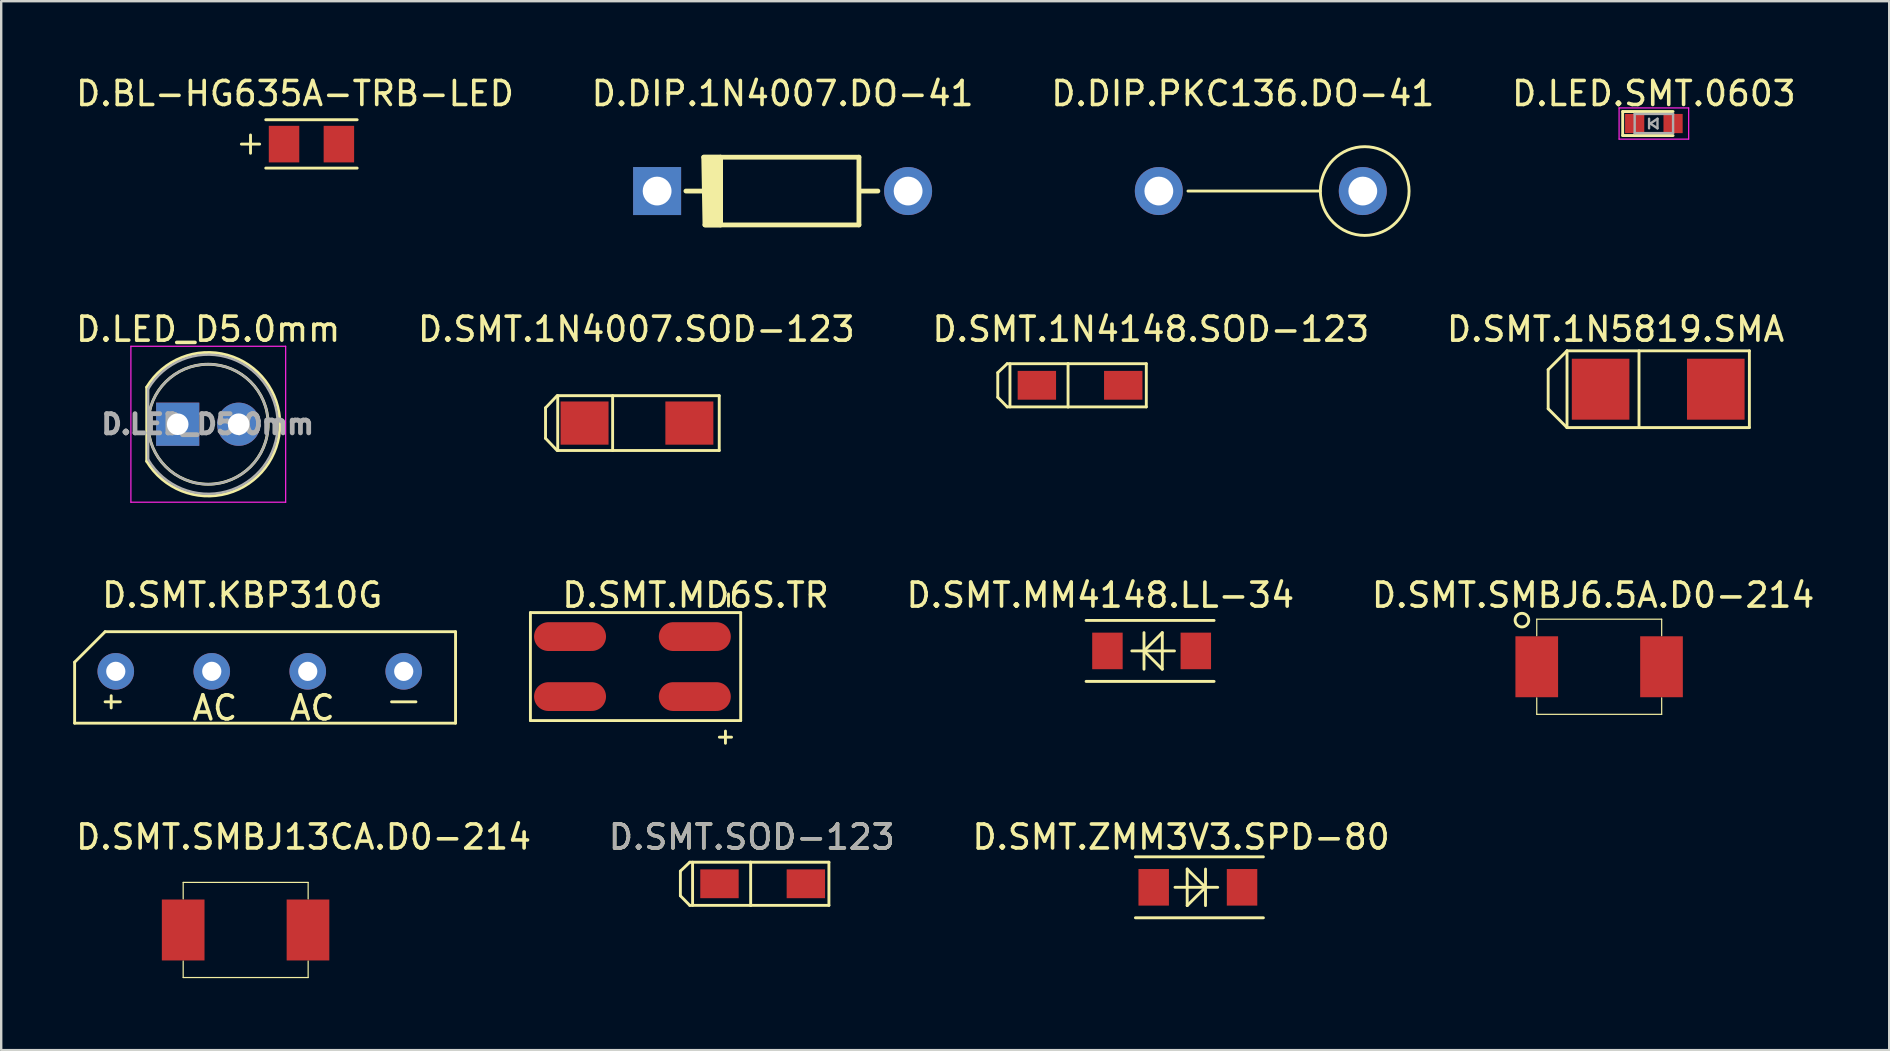
<source format=kicad_pcb>
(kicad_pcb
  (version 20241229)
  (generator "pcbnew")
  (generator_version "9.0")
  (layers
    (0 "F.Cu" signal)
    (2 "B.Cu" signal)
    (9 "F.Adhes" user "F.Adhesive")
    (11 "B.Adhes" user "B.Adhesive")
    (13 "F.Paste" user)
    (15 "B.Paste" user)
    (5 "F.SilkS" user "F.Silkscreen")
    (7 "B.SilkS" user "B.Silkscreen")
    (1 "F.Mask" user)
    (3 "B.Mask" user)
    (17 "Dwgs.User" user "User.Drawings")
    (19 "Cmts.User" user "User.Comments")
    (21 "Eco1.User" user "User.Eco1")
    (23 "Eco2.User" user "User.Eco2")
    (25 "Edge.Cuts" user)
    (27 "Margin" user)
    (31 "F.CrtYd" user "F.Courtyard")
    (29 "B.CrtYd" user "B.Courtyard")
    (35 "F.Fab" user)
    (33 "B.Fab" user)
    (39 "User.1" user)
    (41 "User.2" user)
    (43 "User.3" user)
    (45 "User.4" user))
  (footprint "D.SMT.1N4148.SOD-123"
    (layer "F.Cu")
    (at 41.99 13.083)
    (property "Reference" "D.SMT.1N4148.SOD-123" (at 2.921 -2.413 0) (layer "F.SilkS") (effects (font (size 1 1) (thickness 0.15))))
    (attr through_hole)
    (fp_line (start -3.458 -0.603) (end -3.458 0.424) (stroke (width 0.12) (type solid)) (layer "F.SilkS"))
    (fp_line (start -3.458 -0.603) (end -3.066 -0.976) (stroke (width 0.12) (type solid)) (layer "F.SilkS"))
    (fp_line (start -3.458 0.424) (end -3.066 0.824) (stroke (width 0.12) (type solid)) (layer "F.SilkS"))
    (fp_line (start -2.95 -0.976) (end -2.95 0.824) (stroke (width 0.12) (type solid)) (layer "F.SilkS"))
    (fp_line (start -0.529 -0.976) (end -3.066 -0.976) (stroke (width 0.12) (type solid)) (layer "F.SilkS"))
    (fp_line (start -0.529 -0.976) (end -0.529 0.824) (stroke (width 0.12) (type solid)) (layer "F.SilkS"))
    (fp_line (start -0.529 -0.976) (end 2.732 -0.976) (stroke (width 0.12) (type solid)) (layer "F.SilkS"))
    (fp_line (start -0.529 0.824) (end -3.066 0.824) (stroke (width 0.12) (type solid)) (layer "F.SilkS"))
    (fp_line (start -0.529 0.824) (end 2.732 0.824) (stroke (width 0.12) (type solid)) (layer "F.SilkS"))
    (fp_line (start 2.732 -0.976) (end 2.732 0.824) (stroke (width 0.12) (type solid)) (layer "F.SilkS"))
    (pad "1" smd rect (at -1.829 -0.076) (size 1.6 1.2) (layers "F.Cu" "F.Mask" "F.Paste"))
    (pad "2" smd rect (at 1.771 -0.076) (size 1.6 1.2) (layers "F.Cu" "F.Mask" "F.Paste")))
  (footprint "D.LED.SMT.0603"
    (layer "F.Cu")
    (at 65.875 2.098)
    (property "Reference" "D.LED.SMT.0603" (at 0 -1.25 0) (layer "F.SilkS") (effects (font (size 1 1) (thickness 0.15))))
    (attr smd)
    (fp_line (start -1.3 -0.5) (end -1.3 0.5) (stroke (width 0.12) (type solid)) (layer "F.SilkS"))
    (fp_line (start -1.3 -0.5) (end 0.8 -0.5) (stroke (width 0.12) (type solid)) (layer "F.SilkS"))
    (fp_line (start -1.3 0.5) (end 0.8 0.5) (stroke (width 0.12) (type solid)) (layer "F.SilkS"))
    (fp_line (start -1.45 -0.65) (end 1.45 -0.65) (stroke (width 0.05) (type solid)) (layer "F.CrtYd"))
    (fp_line (start -1.45 0.65) (end -1.45 -0.65) (stroke (width 0.05) (type solid)) (layer "F.CrtYd"))
    (fp_line (start 1.45 -0.65) (end 1.45 0.65) (stroke (width 0.05) (type solid)) (layer "F.CrtYd"))
    (fp_line (start 1.45 0.65) (end -1.45 0.65) (stroke (width 0.05) (type solid)) (layer "F.CrtYd"))
    (fp_line (start -0.8 -0.4) (end 0.8 -0.4) (stroke (width 0.1) (type solid)) (layer "F.Fab"))
    (fp_line (start -0.8 0.4) (end -0.8 -0.4) (stroke (width 0.1) (type solid)) (layer "F.Fab"))
    (fp_line (start -0.2 -0.2) (end -0.2 0.2) (stroke (width 0.1) (type solid)) (layer "F.Fab"))
    (fp_line (start -0.15 0) (end 0.15 -0.2) (stroke (width 0.1) (type solid)) (layer "F.Fab"))
    (fp_line (start 0.15 -0.2) (end 0.15 0.2) (stroke (width 0.1) (type solid)) (layer "F.Fab"))
    (fp_line (start 0.15 0.2) (end -0.15 0) (stroke (width 0.1) (type solid)) (layer "F.Fab"))
    (fp_line (start 0.8 -0.4) (end 0.8 0.4) (stroke (width 0.1) (type solid)) (layer "F.Fab"))
    (fp_line (start 0.8 0.4) (end -0.8 0.4) (stroke (width 0.1) (type solid)) (layer "F.Fab"))
    (pad "1" smd rect (at -0.8 0 180) (size 0.8 0.8) (layers "F.Cu" "F.Mask" "F.Paste"))
    (pad "2" smd rect (at 0.8 0 180) (size 0.8 0.8) (layers "F.Cu" "F.Mask" "F.Paste")))
  (footprint "D.SMT.MM4148.LL-34"
    (layer "F.Cu")
    (at 45.032 24.153)
    (property "Reference" "D.SMT.MM4148.LL-34" (at -2.225 -2.4 0) (layer "F.SilkS") (effects (font (size 1 1) (thickness 0.15))))
    (attr through_hole)
    (fp_line (start -2.819 -1.346) (end 2.515 -1.346) (stroke (width 0.12) (type solid)) (layer "F.SilkS"))
    (fp_line (start -2.819 1.194) (end 2.515 1.194) (stroke (width 0.12) (type solid)) (layer "F.SilkS"))
    (fp_line (start -0.914 -0.076) (end 0.864 -0.076) (stroke (width 0.12) (type solid)) (layer "F.SilkS"))
    (fp_line (start -0.406 -0.838) (end -0.406 0.686) (stroke (width 0.12) (type solid)) (layer "F.SilkS"))
    (fp_line (start 0.356 -0.838) (end -0.406 -0.076) (stroke (width 0.12) (type solid)) (layer "F.SilkS"))
    (fp_line (start 0.356 -0.838) (end 0.356 0.686) (stroke (width 0.12) (type solid)) (layer "F.SilkS"))
    (fp_line (start 0.356 0.686) (end -0.406 -0.076) (stroke (width 0.12) (type solid)) (layer "F.SilkS"))
    (pad "1" smd rect (at -1.93 -0.076) (size 1.27 1.524) (layers "F.Cu" "F.Mask" "F.Paste"))
    (pad "2" smd rect (at 1.753 -0.076) (size 1.27 1.524) (layers "F.Cu" "F.Mask" "F.Paste")))
  (footprint "D.SMT.MD6S.TR"
    (layer "F.Cu")
    (at 23.271 24.674)
    (property "Reference" "D.SMT.MD6S.TR" (at 2.667 -2.921 0) (layer "F.SilkS") (effects (font (size 1 1) (thickness 0.15))))
    (attr through_hole)
    (fp_line (start -4.216 -2.194) (end 4.547 -2.194) (stroke (width 0.12) (type solid)) (layer "F.SilkS"))
    (fp_line (start -4.216 2.306) (end -4.216 -2.194) (stroke (width 0.12) (type solid)) (layer "F.SilkS"))
    (fp_line (start -4.216 2.306) (end 4.547 2.306) (stroke (width 0.12) (type solid)) (layer "F.SilkS"))
    (fp_line (start 3.658 2.997) (end 4.166 2.997) (stroke (width 0.12) (type solid)) (layer "F.SilkS"))
    (fp_line (start 3.912 2.743) (end 3.912 3.251) (stroke (width 0.12) (type solid)) (layer "F.SilkS"))
    (fp_line (start 4.039 -2.972) (end 4.039 -2.464) (stroke (width 0.12) (type solid)) (layer "F.SilkS"))
    (fp_line (start 4.547 2.306) (end 4.547 -2.194) (stroke (width 0.12) (type solid)) (layer "F.SilkS"))
    (pad "1" smd oval (at -2.565 -1.194) (size 3 1.2) (layers "F.Cu" "F.Mask" "F.Paste"))
    (pad "2" smd oval (at -2.565 1.306) (size 3 1.2) (layers "F.Cu" "F.Mask" "F.Paste"))
    (pad "3" smd oval (at 2.635 1.306) (size 3 1.2) (layers "F.Cu" "F.Mask" "F.Paste"))
    (pad "4" smd oval (at 2.635 -1.194) (size 3 1.2) (layers "F.Cu" "F.Mask" "F.Paste")))
  (footprint "D.SMT.SMBJ6.5A.D0-214"
    (layer "F.Cu")
    (at 63.343 24.801)
    (property "Reference" "D.SMT.SMBJ6.5A.D0-214" (at 0 -3.048 0) (layer "F.SilkS") (effects (font (size 1 1) (thickness 0.15))))
    (attr through_hole)
    (fp_line (start -2.349 -2.045) (end -2.349 -1.359) (stroke (width 0.05) (type solid)) (layer "F.SilkS"))
    (fp_line (start -2.349 1.232) (end -2.349 1.918) (stroke (width 0.05) (type solid)) (layer "F.SilkS"))
    (fp_line (start 2.857 -2.045) (end -2.349 -2.045) (stroke (width 0.05) (type solid)) (layer "F.SilkS"))
    (fp_line (start 2.857 -2.045) (end 2.857 -1.359) (stroke (width 0.05) (type solid)) (layer "F.SilkS"))
    (fp_line (start 2.857 1.232) (end 2.857 1.918) (stroke (width 0.05) (type solid)) (layer "F.SilkS"))
    (fp_line (start 2.857 1.918) (end -2.349 1.918) (stroke (width 0.05) (type solid)) (layer "F.SilkS"))
    (fp_circle (center -2.967 -2.007) (end -2.683 -2.007) (stroke (width 0.12) (type solid)) (fill no) (layer "F.SilkS"))
    (pad "1" smd rect (at -2.349 -0.064) (size 1.778 2.54) (layers "F.Cu" "F.Mask" "B.Adhes" "F.Paste"))
    (pad "2" smd rect (at 2.85 -0.064) (size 1.778 2.54) (layers "F.Cu" "F.Mask" "F.Paste")))
  (footprint "D.BL-HG635A-TRB-LED"
    (layer "F.Cu")
    (at 9.981 3.007)
    (property "Reference" "D.BL-HG635A-TRB-LED" (at -0.737 -2.159 0) (layer "F.SilkS") (effects (font (size 1 1) (thickness 0.15))))
    (attr through_hole)
    (fp_line (start -2.591 0.33) (end -2.591 -0.432) (stroke (width 0.12) (type solid)) (layer "F.SilkS"))
    (fp_line (start -2.21 -0.051) (end -2.972 -0.051) (stroke (width 0.12) (type solid)) (layer "F.SilkS"))
    (fp_line (start 1.854 -1.067) (end -1.956 -1.067) (stroke (width 0.12) (type solid)) (layer "F.SilkS"))
    (fp_line (start 1.854 0.949) (end -1.956 0.949) (stroke (width 0.12) (type solid)) (layer "F.SilkS"))
    (pad "1" smd rect (at 1.092 -0.051 180) (size 1.27 1.524) (layers "F.Cu" "F.Mask" "F.Paste"))
    (pad "2" smd rect (at -1.194 -0.051 180) (size 1.27 1.524) (layers "F.Cu" "F.Mask" "F.Paste")))
  (footprint "D.SMT.SMBJ13CA.D0-214"
    (layer "F.Cu")
    (at 7.061 35.643)
    (property "Reference" "D.SMT.SMBJ13CA.D0-214" (at 2.54 -3.81 0) (layer "F.SilkS") (effects (font (size 1 1) (thickness 0.15))))
    (attr through_hole)
    (fp_line (start -2.477 -1.918) (end -2.477 -1.232) (stroke (width 0.05) (type solid)) (layer "F.SilkS"))
    (fp_line (start -2.477 1.359) (end -2.477 2.045) (stroke (width 0.05) (type solid)) (layer "F.SilkS"))
    (fp_line (start 2.731 -1.918) (end -2.477 -1.918) (stroke (width 0.05) (type solid)) (layer "F.SilkS"))
    (fp_line (start 2.731 -1.918) (end 2.731 -1.232) (stroke (width 0.05) (type solid)) (layer "F.SilkS"))
    (fp_line (start 2.731 1.359) (end 2.731 2.045) (stroke (width 0.05) (type solid)) (layer "F.SilkS"))
    (fp_line (start 2.731 2.045) (end -2.477 2.045) (stroke (width 0.05) (type solid)) (layer "F.SilkS"))
    (pad "1" smd rect (at -2.477 0.064) (size 1.778 2.54) (layers "F.Cu" "F.Mask" "F.Paste"))
    (pad "2" smd rect (at 2.724 0.064) (size 1.778 2.54) (layers "F.Cu" "F.Mask" "F.Paste")))
  (footprint "D.SMT.SOD-123"
    (layer "F.Cu")
    (at 28.28 33.833)
    (property "Reference" "D.SMT.SOD-123" (at 0 -2 0) (layer "F.SilkS") (effects (font (size 1 1) (thickness 0.15))))
    (attr smd)
    (fp_line (start -2.975 -0.578) (end -2.975 0.449) (stroke (width 0.12) (type solid)) (layer "F.SilkS"))
    (fp_line (start -2.975 -0.578) (end -2.583 -0.951) (stroke (width 0.12) (type solid)) (layer "F.SilkS"))
    (fp_line (start -2.975 0.449) (end -2.583 0.849) (stroke (width 0.12) (type solid)) (layer "F.SilkS"))
    (fp_line (start -2.467 -0.951) (end -2.467 0.849) (stroke (width 0.12) (type solid)) (layer "F.SilkS"))
    (fp_line (start -0.046 -0.951) (end -2.583 -0.951) (stroke (width 0.12) (type solid)) (layer "F.SilkS"))
    (fp_line (start -0.046 -0.951) (end -0.046 0.849) (stroke (width 0.12) (type solid)) (layer "F.SilkS"))
    (fp_line (start -0.046 -0.951) (end 3.215 -0.951) (stroke (width 0.12) (type solid)) (layer "F.SilkS"))
    (fp_line (start -0.046 0.849) (end -2.583 0.849) (stroke (width 0.12) (type solid)) (layer "F.SilkS"))
    (fp_line (start -0.046 0.849) (end 3.215 0.849) (stroke (width 0.12) (type solid)) (layer "F.SilkS"))
    (fp_line (start 3.215 -0.951) (end 3.215 0.849) (stroke (width 0.12) (type solid)) (layer "F.SilkS"))
    (fp_text user "${REFERENCE}" (at 0 -2 0) (layer "F.Fab") (effects (font (size 1 1) (thickness 0.15))))
    (pad "1" smd rect (at -1.346 -0.051) (size 1.6 1.2) (layers "F.Cu" "F.Mask" "F.Paste"))
    (pad "2" smd rect (at 2.254 -0.051) (size 1.6 1.2) (layers "F.Cu" "F.Mask" "F.Paste")))
  (footprint "D.DIP.1N4007.DO-41"
    (layer "F.Cu")
    (at 29.565 4.912)
    (property "Reference" "D.DIP.1N4007.DO-41" (at 0 -4.064 0) (layer "F.SilkS") (effects (font (size 1 1) (thickness 0.15))))
    (attr through_hole)
    (fp_line (start -4.03 0) (end -2.586 0) (stroke (width 0.2) (type solid)) (layer "F.SilkS"))
    (fp_line (start -3.287 -1.411) (end 3.181 -1.411) (stroke (width 0.2) (type solid)) (layer "F.SilkS"))
    (fp_line (start -3.236 1.411) (end 3.181 1.411) (stroke (width 0.2) (type solid)) (layer "F.SilkS"))
    (fp_line (start -2.586 -1.411) (end -2.586 1.411) (stroke (width 0.2) (type solid)) (layer "F.SilkS"))
    (fp_line (start 3.181 -1.411) (end 3.181 1.411) (stroke (width 0.2) (type solid)) (layer "F.SilkS"))
    (fp_line (start 3.198 0) (end 3.97 0) (stroke (width 0.2) (type solid)) (layer "F.SilkS"))
    (fp_poly (pts (xy -3.287 -1.411) (xy -2.586 -1.411) (xy -2.586 1.411) (xy -3.236 1.411)) (stroke (width 0.2) (type solid)) (fill yes) (layer "F.SilkS"))
    (pad "1" thru_hole rect (at -5.23 0) (size 2 2) (drill 1.2) (layers "*.Cu" "F.Mask"))
    (pad "2" thru_hole circle (at 5.23 0) (size 2 2) (drill 1.2) (layers "*.Cu" "F.Mask")))
  (footprint "D.SMT.1N5819.SMA"
    (layer "F.Cu")
    (at 66.055 13.17)
    (property "Reference" "D.SMT.1N5819.SMA" (at -1.775 -2.5 0) (layer "F.SilkS") (effects (font (size 1 1) (thickness 0.15))))
    (attr through_hole)
    (fp_line (start -4.585 0.815) (end -4.585 -0.815) (stroke (width 0.12) (type solid)) (layer "F.SilkS"))
    (fp_line (start -4.585 0.815) (end -3.8 1.6) (stroke (width 0.12) (type solid)) (layer "F.SilkS"))
    (fp_line (start -3.8 -1.6) (end -4.585 -0.815) (stroke (width 0.12) (type solid)) (layer "F.SilkS"))
    (fp_line (start -3.8 -1.6) (end 3.8 -1.6) (stroke (width 0.12) (type solid)) (layer "F.SilkS"))
    (fp_line (start -3.8 1.6) (end -3.8 -1.6) (stroke (width 0.12) (type solid)) (layer "F.SilkS"))
    (fp_line (start -3.8 1.6) (end 3.8 1.6) (stroke (width 0.12) (type solid)) (layer "F.SilkS"))
    (fp_line (start -0.8 1.6) (end -0.8 -1.6) (stroke (width 0.12) (type solid)) (layer "F.SilkS"))
    (fp_line (start 3.8 -1.6) (end 3.8 1.6) (stroke (width 0.12) (type solid)) (layer "F.SilkS"))
    (pad "1" smd rect (at -2.4 0) (size 2.4 2.54) (layers "F.Cu" "F.Mask" "F.Paste"))
    (pad "2" smd rect (at 2.4 0) (size 2.4 2.54) (layers "F.Cu" "F.Mask" "F.Paste")))
  (footprint "D.DIP.PKC136.DO-41"
    (layer "F.Cu")
    (at 48.744 4.912)
    (property "Reference" "D.DIP.PKC136.DO-41" (at 0 -4.064 0) (layer "F.SilkS") (effects (font (size 1 1) (thickness 0.15))))
    (attr through_hole)
    (fp_line (start 3.231 0) (end -2.286 0) (stroke (width 0.12) (type solid)) (layer "F.SilkS"))
    (fp_circle (center 5.08 0) (end 5.588 1.778) (stroke (width 0.12) (type solid)) (fill no) (layer "F.SilkS"))
    (pad "1" thru_hole circle (at -3.5 0) (size 2 2) (drill 1.2) (layers "*.Cu" "F.Mask"))
    (pad "2" thru_hole circle (at 5 0) (size 2 2) (drill 1.2) (layers "*.Cu" "F.Mask")))
  (footprint "D.SMT.1N4007.SOD-123"
    (layer "F.Cu")
    (at 23.47 14.734)
    (property "Reference" "D.SMT.1N4007.SOD-123" (at 0 -4.064 0) (layer "F.SilkS") (effects (font (size 1 1) (thickness 0.15))))
    (attr through_hole)
    (fp_line (start -3.785 -0.787) (end -3.785 0.483) (stroke (width 0.12) (type solid)) (layer "F.SilkS"))
    (fp_line (start -3.785 -0.787) (end -3.302 -1.295) (stroke (width 0.12) (type solid)) (layer "F.SilkS"))
    (fp_line (start -3.785 0.483) (end -3.302 0.991) (stroke (width 0.12) (type solid)) (layer "F.SilkS"))
    (fp_line (start -3.277 -1.295) (end -3.277 0.991) (stroke (width 0.12) (type solid)) (layer "F.SilkS"))
    (fp_line (start -3.277 -1.295) (end 3.454 -1.295) (stroke (width 0.12) (type solid)) (layer "F.SilkS"))
    (fp_line (start -3.277 0.991) (end 3.454 0.991) (stroke (width 0.12) (type solid)) (layer "F.SilkS"))
    (fp_line (start -0.989 -1.295) (end -0.989 0.991) (stroke (width 0.12) (type solid)) (layer "F.SilkS"))
    (fp_line (start 3.454 -1.295) (end 3.454 0.991) (stroke (width 0.12) (type solid)) (layer "F.SilkS"))
    (pad "1" smd rect (at -2.159 -0.152) (size 2 1.8) (layers "F.Cu" "F.Mask" "F.Paste"))
    (pad "2" smd rect (at 2.209 -0.152) (size 2 1.8) (layers "F.Cu" "F.Mask" "F.Paste")))
  (footprint "D.LED_D5.0mm"
    (layer "F.Cu")
    (at 4.355 14.63)
    (property "Reference" "D.LED_D5.0mm" (at 1.27 -3.96 0) (layer "F.SilkS") (effects (font (size 1 1) (thickness 0.15))))
    (attr through_hole)
    (fp_line (start -1.29 -1.545) (end -1.29 1.545) (stroke (width 0.12) (type solid)) (layer "F.SilkS"))
    (fp_arc (start -1.29 -1.54483) (mid 2.072002 -2.880433) (end 4.26 0.000462) (stroke (width 0.12) (type solid)) (layer "F.SilkS"))
    (fp_arc (start 4.26 -0.000462) (mid 2.072002 2.880433) (end -1.29 1.54483) (stroke (width 0.12) (type solid)) (layer "F.SilkS"))
    (fp_circle (center 1.27 0) (end 3.77 0) (stroke (width 0.12) (type solid)) (fill no) (layer "F.SilkS"))
    (fp_line (start -1.95 -3.25) (end -1.95 3.25) (stroke (width 0.05) (type solid)) (layer "F.CrtYd"))
    (fp_line (start -1.95 3.25) (end 4.5 3.25) (stroke (width 0.05) (type solid)) (layer "F.CrtYd"))
    (fp_line (start 4.5 -3.25) (end -1.95 -3.25) (stroke (width 0.05) (type solid)) (layer "F.CrtYd"))
    (fp_line (start 4.5 3.25) (end 4.5 -3.25) (stroke (width 0.05) (type solid)) (layer "F.CrtYd"))
    (fp_line (start -1.23 -1.47) (end -1.23 1.47) (stroke (width 0.1) (type solid)) (layer "F.Fab"))
    (fp_arc (start -1.23 -1.469694) (mid 4.17 0.000016) (end -1.230016 1.469666) (stroke (width 0.1) (type solid)) (layer "F.Fab"))
    (fp_circle (center 1.27 0) (end 3.77 0) (stroke (width 0.1) (type solid)) (fill no) (layer "F.Fab"))
    (fp_text user "${REFERENCE}" (at 1.25 0 0) (layer "F.Fab") (effects (font (size 0.8 0.8) (thickness 0.2))))
    (pad "1" thru_hole rect (at 0 0) (size 1.8 1.8) (drill 0.9) (layers "*.Cu" "*.Mask"))
    (pad "2" thru_hole circle (at 2.54 0) (size 1.8 1.8) (drill 0.9) (layers "*.Cu" "*.Mask")))
  (footprint "D.SMT.KBP310G"
    (layer "F.Cu")
    (at 7.68 24.928)
    (property "Reference" "D.SMT.KBP310G" (at -0.635 -3.175 0) (layer "F.SilkS") (effects (font (size 1 1) (thickness 0.15))))
    (attr through_hole)
    (fp_line (start -7.62 2.159) (end -7.62 -0.381) (stroke (width 0.12) (type solid)) (layer "F.SilkS"))
    (fp_line (start -6.35 -1.651) (end -7.62 -0.381) (stroke (width 0.12) (type solid)) (layer "F.SilkS"))
    (fp_line (start -6.35 -1.651) (end 8.255 -1.651) (stroke (width 0.12) (type solid)) (layer "F.SilkS"))
    (fp_line (start -6.35 1.27) (end -5.715 1.27) (stroke (width 0.12) (type solid)) (layer "F.SilkS"))
    (fp_line (start -6.096 1.016) (end -6.096 1.524) (stroke (width 0.12) (type solid)) (layer "F.SilkS"))
    (fp_line (start 5.588 1.27) (end 6.604 1.27) (stroke (width 0.12) (type solid)) (layer "F.SilkS"))
    (fp_line (start 8.255 -1.651) (end 8.255 2.159) (stroke (width 0.12) (type solid)) (layer "F.SilkS"))
    (fp_line (start 8.255 2.159) (end -7.62 2.159) (stroke (width 0.12) (type solid)) (layer "F.SilkS"))
    (fp_text user "AC" (at 2.286 1.524 0) (layer "F.SilkS") (effects (font (size 1 1) (thickness 0.15))))
    (fp_text user "AC" (at -1.778 1.524 0) (layer "F.SilkS") (effects (font (size 1 1) (thickness 0.15))))
    (pad "1" thru_hole circle (at -1.905 0) (size 1.524 1.524) (drill 0.8) (layers "*.Cu" "*.Mask"))
    (pad "2" thru_hole circle (at 2.095 0) (size 1.524 1.524) (drill 0.8) (layers "*.Cu" "*.Mask"))
    (pad "3" thru_hole circle (at -5.905 0) (size 1.524 1.524) (drill 0.8) (layers "*.Cu" "*.Mask"))
    (pad "4" thru_hole circle (at 6.095 0) (size 1.524 1.524) (drill 0.8) (layers "*.Cu" "*.Mask")))
  (footprint "D.SMT.ZMM3V3.SPD-80"
    (layer "F.Cu")
    (at 46.871 33.929)
    (property "Reference" "D.SMT.ZMM3V3.SPD-80" (at -0.699 -2.095 0) (layer "F.SilkS") (effects (font (size 1 1) (thickness 0.15))))
    (attr through_hole)
    (fp_line (start -0.445 -0.762) (end 0.318 0) (stroke (width 0.12) (type solid)) (layer "F.SilkS"))
    (fp_line (start -0.445 0.762) (end -0.445 -0.762) (stroke (width 0.12) (type solid)) (layer "F.SilkS"))
    (fp_line (start -0.445 0.762) (end 0.318 0) (stroke (width 0.12) (type solid)) (layer "F.SilkS"))
    (fp_line (start 0.318 0.762) (end 0.318 -0.762) (stroke (width 0.12) (type solid)) (layer "F.SilkS"))
    (fp_line (start 0.826 0) (end -0.953 0) (stroke (width 0.12) (type solid)) (layer "F.SilkS"))
    (fp_line (start 2.731 -1.27) (end -2.603 -1.27) (stroke (width 0.12) (type solid)) (layer "F.SilkS"))
    (fp_line (start 2.731 1.27) (end -2.603 1.27) (stroke (width 0.12) (type solid)) (layer "F.SilkS"))
    (pad "1" smd rect (at 1.841 0 180) (size 1.27 1.524) (layers "F.Cu" "F.Mask" "F.Paste"))
    (pad "2" smd rect (at -1.841 0 180) (size 1.27 1.524) (layers "F.Cu" "F.Mask" "F.Paste")))
  (gr_rect
    (start -3 -3)
    (end 75.682 40.713)
    (stroke (width 0.1) (type default))
    (fill no)
    (layer "Edge.Cuts")))
</source>
